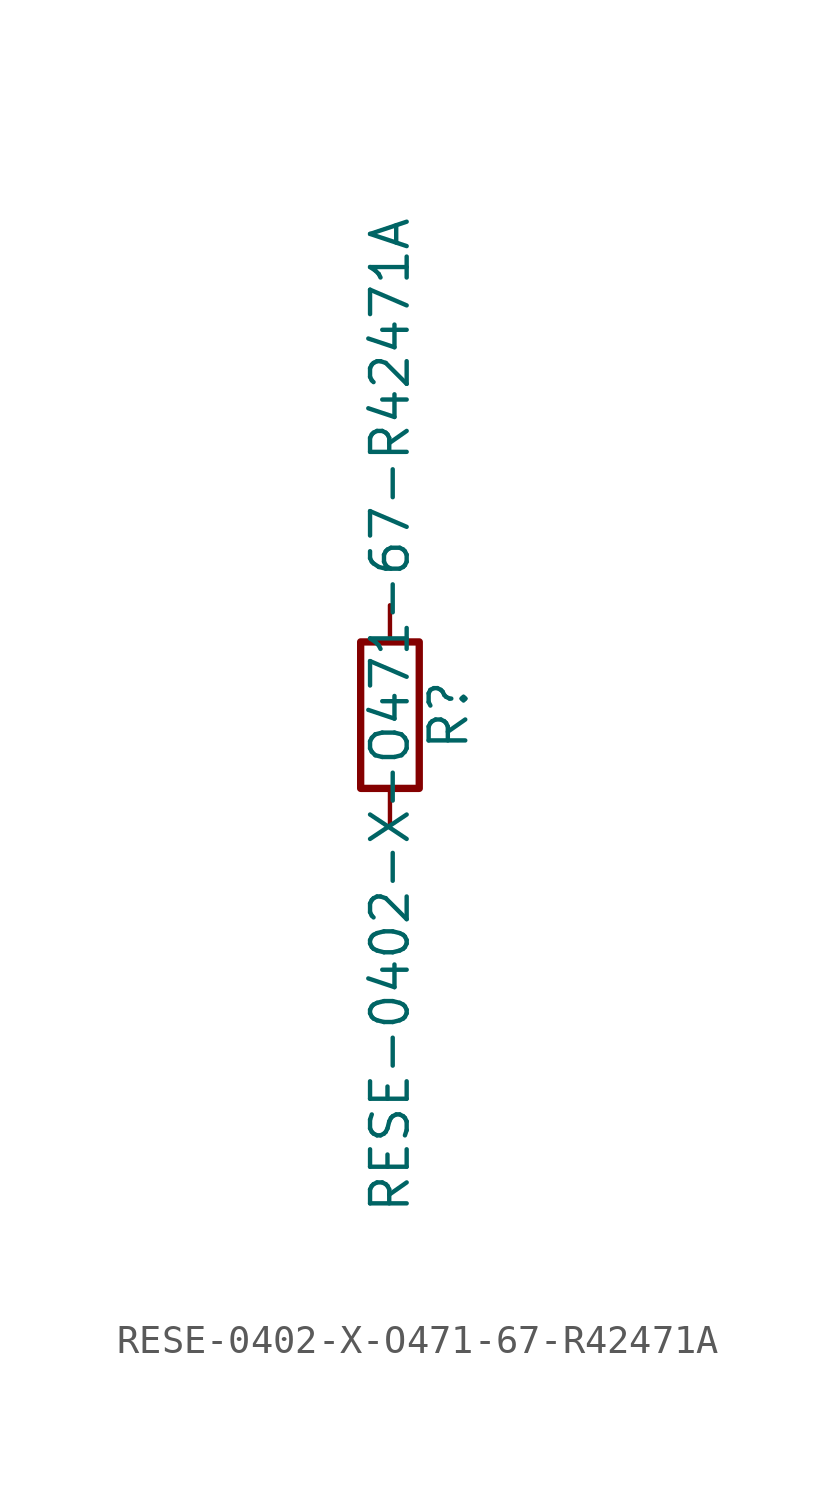
<source format=kicad_sym>
(kicad_symbol_lib
  (version 20211014)
  (generator kicad_symbol_editor)
  (symbol "RESE-0402-X-O471-67-R42471A"
    (pin_numbers hide)
    (pin_names
      (offset 0))
    (property "Reference" "R"
      (at 2.032 0 90)
      (effects (font (size 1.27 1.27))))
    (property "Value" "RESE-0402-X-O471-67-R42471A"
      (at 0 0 90)
      (effects (font (size 1.27 1.27))))
    (symbol "RESE-0402-X-O471-67-R42471A_0_1"
      (rectangle (start -1.016 -2.54) (end 1.016 2.54) (stroke (width 0.254) (type default) (color 0 0 0 0)) (fill (type none))))
    (symbol "RESE-0402-X-O471-67-R42471A_1_1"
      (pin passive line (at 0 3.81 270) (length 1.27) (name "~" (effects (font (size 1.27 1.27)))) (number "1" (effects (font (size 1.27 1.27)))))
      (pin passive line (at 0 -3.81 90) (length 1.27) (name "~" (effects (font (size 1.27 1.27)))) (number "2" (effects (font (size 1.27 1.27))))))))
</source>
